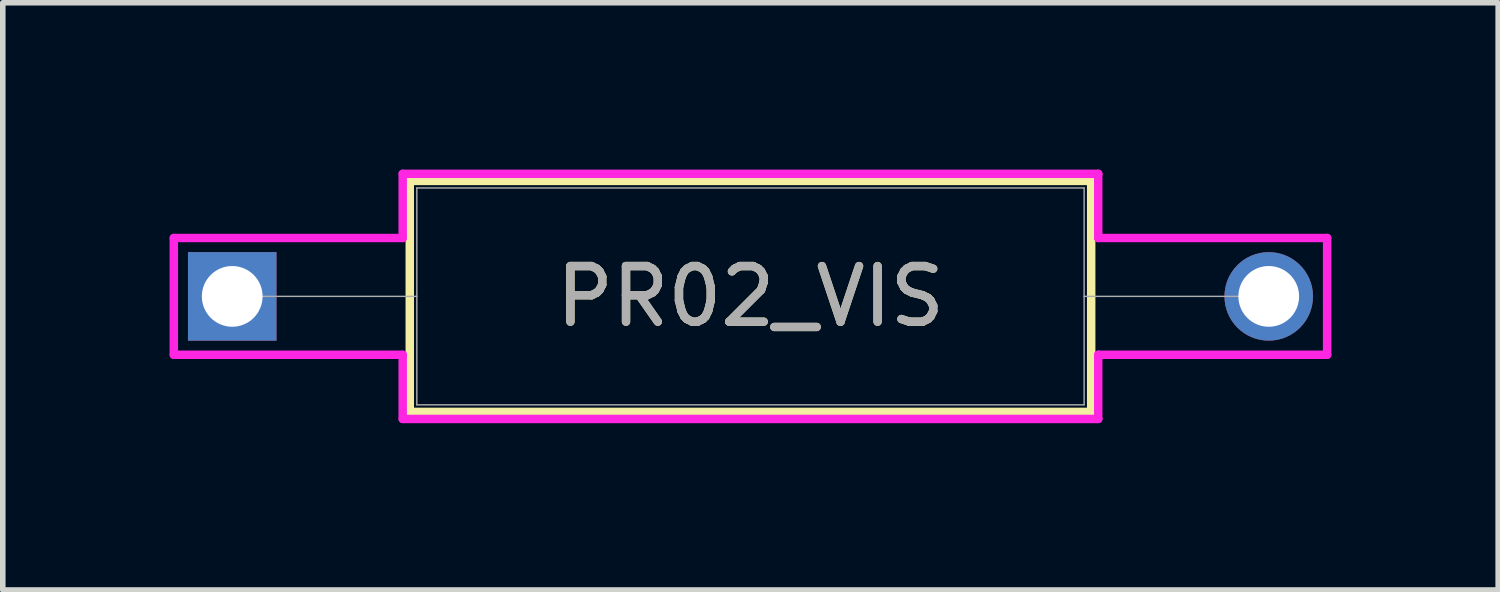
<source format=kicad_pcb>
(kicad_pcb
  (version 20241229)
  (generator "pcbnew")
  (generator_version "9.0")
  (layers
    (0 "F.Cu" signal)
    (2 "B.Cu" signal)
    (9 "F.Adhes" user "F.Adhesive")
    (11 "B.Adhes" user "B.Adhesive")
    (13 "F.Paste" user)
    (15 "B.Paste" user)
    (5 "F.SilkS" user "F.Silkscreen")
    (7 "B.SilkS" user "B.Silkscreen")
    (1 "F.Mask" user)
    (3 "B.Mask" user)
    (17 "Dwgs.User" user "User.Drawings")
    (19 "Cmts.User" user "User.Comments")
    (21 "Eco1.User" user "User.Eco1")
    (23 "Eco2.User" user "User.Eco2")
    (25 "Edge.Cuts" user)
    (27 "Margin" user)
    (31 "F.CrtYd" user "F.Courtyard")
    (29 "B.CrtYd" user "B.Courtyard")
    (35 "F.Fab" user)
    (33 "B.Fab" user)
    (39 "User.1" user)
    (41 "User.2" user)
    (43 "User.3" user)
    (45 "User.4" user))
  (footprint "PR02_VIS"
    (layer "F.Cu")
    (at 1.126 2.28)
    (property "Reference" "PR02_VIS" (at 9.32 0 0) (unlocked yes) (layer "F.SilkS") (effects (font (size 1 1) (thickness 0.15))))
    (attr through_hole)
    (fp_line (start 3.193 -2.077) (end 3.193 2.077) (stroke (width 0.152) (type solid)) (layer "F.SilkS"))
    (fp_line (start 3.193 2.077) (end 15.447 2.077) (stroke (width 0.152) (type solid)) (layer "F.SilkS"))
    (fp_line (start 15.447 -2.077) (end 3.193 -2.077) (stroke (width 0.152) (type solid)) (layer "F.SilkS"))
    (fp_line (start 15.447 2.077) (end 15.447 -2.077) (stroke (width 0.152) (type solid)) (layer "F.SilkS"))
    (fp_line (start -1.05 -1.05) (end 3.066 -1.05) (stroke (width 0.152) (type solid)) (layer "F.CrtYd"))
    (fp_line (start -1.05 1.05) (end -1.05 -1.05) (stroke (width 0.152) (type solid)) (layer "F.CrtYd"))
    (fp_line (start 3.066 -2.204) (end 15.574 -2.204) (stroke (width 0.152) (type solid)) (layer "F.CrtYd"))
    (fp_line (start 3.066 -1.05) (end 3.066 -2.204) (stroke (width 0.152) (type solid)) (layer "F.CrtYd"))
    (fp_line (start 3.066 1.05) (end -1.05 1.05) (stroke (width 0.152) (type solid)) (layer "F.CrtYd"))
    (fp_line (start 3.066 2.204) (end 3.066 1.05) (stroke (width 0.152) (type solid)) (layer "F.CrtYd"))
    (fp_line (start 15.574 -2.204) (end 15.574 -1.05) (stroke (width 0.152) (type solid)) (layer "F.CrtYd"))
    (fp_line (start 15.574 -1.05) (end 19.69 -1.05) (stroke (width 0.152) (type solid)) (layer "F.CrtYd"))
    (fp_line (start 15.574 1.05) (end 15.574 2.204) (stroke (width 0.152) (type solid)) (layer "F.CrtYd"))
    (fp_line (start 15.574 2.204) (end 3.066 2.204) (stroke (width 0.152) (type solid)) (layer "F.CrtYd"))
    (fp_line (start 19.69 -1.05) (end 19.69 1.05) (stroke (width 0.152) (type solid)) (layer "F.CrtYd"))
    (fp_line (start 19.69 1.05) (end 15.574 1.05) (stroke (width 0.152) (type solid)) (layer "F.CrtYd"))
    (fp_line (start -0.000001 0) (end 3.32 0) (stroke (width 0.025) (type solid)) (layer "F.Fab"))
    (fp_line (start 3.32 -1.95) (end 3.32 1.95) (stroke (width 0.025) (type solid)) (layer "F.Fab"))
    (fp_line (start 3.32 1.95) (end 15.32 1.95) (stroke (width 0.025) (type solid)) (layer "F.Fab"))
    (fp_line (start 15.32 -1.95) (end 3.32 -1.95) (stroke (width 0.025) (type solid)) (layer "F.Fab"))
    (fp_line (start 15.32 1.95) (end 15.32 -1.95) (stroke (width 0.025) (type solid)) (layer "F.Fab"))
    (fp_line (start 18.64 0) (end 15.32 0) (stroke (width 0.025) (type solid)) (layer "F.Fab"))
    (fp_text user "${REFERENCE}" (at 9.32 0 0) (unlocked yes) (layer "F.Fab") (effects (font (size 1 1) (thickness 0.15))))
    (pad "1" thru_hole rect (at -0.000001 0) (size 1.592 1.592) (drill 1.092) (layers "*.Cu" "*.Mask"))
    (pad "2" thru_hole circle (at 18.64 0) (size 1.592 1.592) (drill 1.092) (layers "*.Cu" "*.Mask")))
  (gr_rect
    (start -3 -3)
    (end 23.892 7.56)
    (stroke (width 0.1) (type default))
    (fill no)
    (layer "Edge.Cuts")))
</source>
